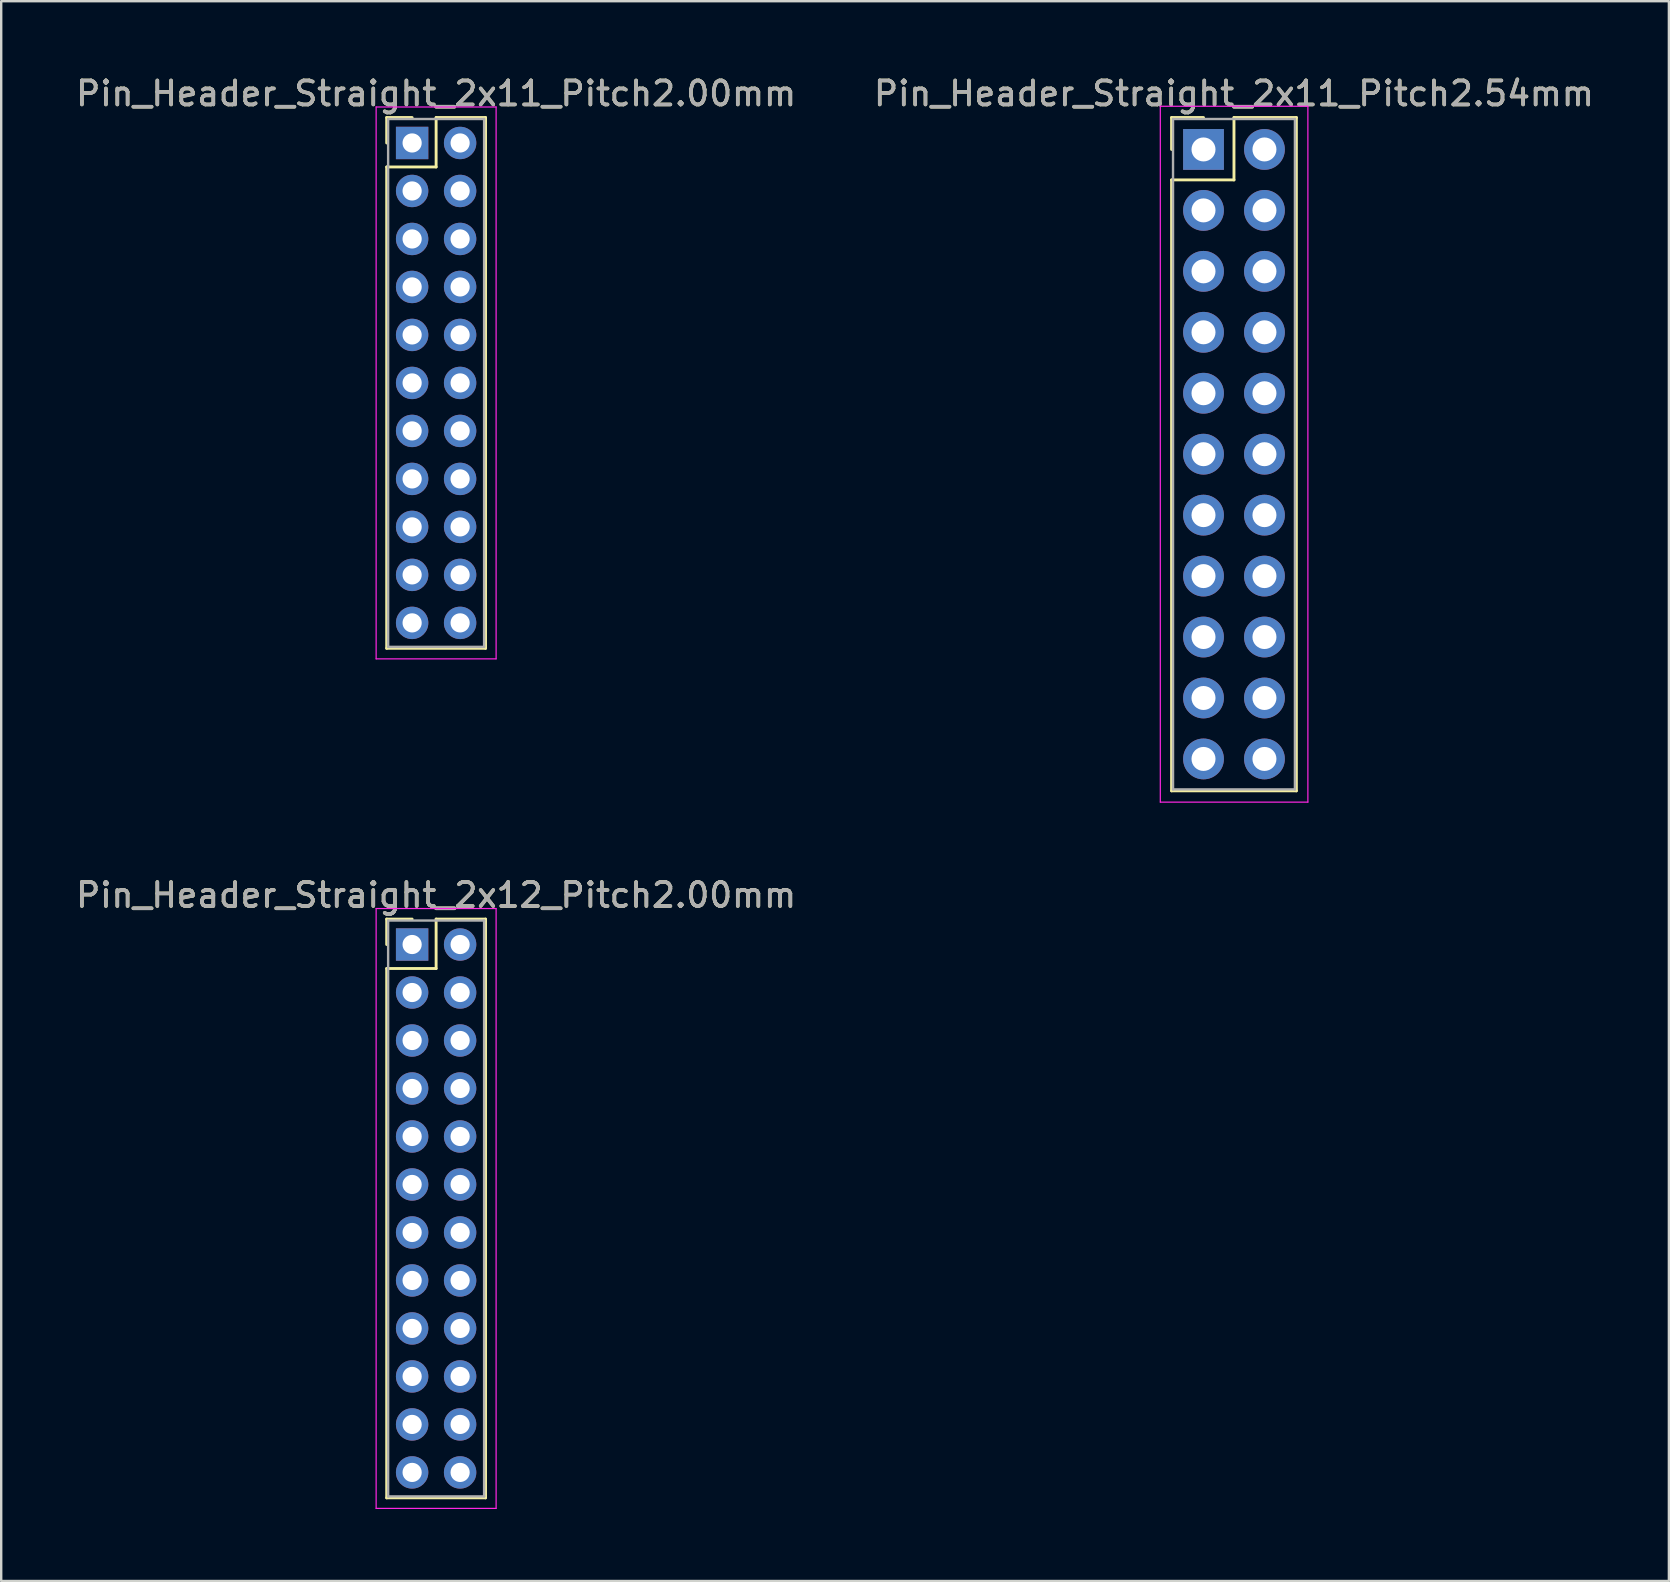
<source format=kicad_pcb>
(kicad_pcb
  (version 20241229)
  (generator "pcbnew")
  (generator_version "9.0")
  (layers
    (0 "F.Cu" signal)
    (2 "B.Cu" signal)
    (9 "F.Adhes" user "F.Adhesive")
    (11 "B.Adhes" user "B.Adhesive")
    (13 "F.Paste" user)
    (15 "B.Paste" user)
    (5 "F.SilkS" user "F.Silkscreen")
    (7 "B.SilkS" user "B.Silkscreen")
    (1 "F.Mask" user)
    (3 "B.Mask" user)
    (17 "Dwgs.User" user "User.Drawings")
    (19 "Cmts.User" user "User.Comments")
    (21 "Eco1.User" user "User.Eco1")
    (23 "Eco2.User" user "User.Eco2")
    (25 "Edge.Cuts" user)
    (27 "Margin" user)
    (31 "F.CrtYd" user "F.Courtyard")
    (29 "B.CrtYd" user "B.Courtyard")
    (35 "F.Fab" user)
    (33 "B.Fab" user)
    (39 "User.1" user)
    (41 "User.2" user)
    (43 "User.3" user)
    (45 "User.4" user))
  (footprint "Pin_Header_Straight_2x11_Pitch2.54mm"
    (layer "F.Cu")
    (at 47.105 3.178)
    (property "Reference" "Pin_Header_Straight_2x11_Pitch2.54mm" (at 1.27 -2.33 0) (layer "F.SilkS") (effects (font (size 1 1) (thickness 0.15))))
    (attr through_hole)
    (fp_line (start -1.33 -1.33) (end 0 -1.33) (stroke (width 0.12) (type solid)) (layer "F.SilkS"))
    (fp_line (start -1.33 0) (end -1.33 -1.33) (stroke (width 0.12) (type solid)) (layer "F.SilkS"))
    (fp_line (start -1.33 1.27) (end -1.33 26.73) (stroke (width 0.12) (type solid)) (layer "F.SilkS"))
    (fp_line (start -1.33 26.73) (end 3.87 26.73) (stroke (width 0.12) (type solid)) (layer "F.SilkS"))
    (fp_line (start 1.27 -1.33) (end 1.27 1.27) (stroke (width 0.12) (type solid)) (layer "F.SilkS"))
    (fp_line (start 1.27 1.27) (end -1.33 1.27) (stroke (width 0.12) (type solid)) (layer "F.SilkS"))
    (fp_line (start 3.87 -1.33) (end 1.27 -1.33) (stroke (width 0.12) (type solid)) (layer "F.SilkS"))
    (fp_line (start 3.87 26.73) (end 3.87 -1.33) (stroke (width 0.12) (type solid)) (layer "F.SilkS"))
    (fp_line (start -1.8 -1.8) (end -1.8 27.2) (stroke (width 0.05) (type solid)) (layer "F.CrtYd"))
    (fp_line (start -1.8 27.2) (end 4.35 27.2) (stroke (width 0.05) (type solid)) (layer "F.CrtYd"))
    (fp_line (start 4.35 -1.8) (end -1.8 -1.8) (stroke (width 0.05) (type solid)) (layer "F.CrtYd"))
    (fp_line (start 4.35 27.2) (end 4.35 -1.8) (stroke (width 0.05) (type solid)) (layer "F.CrtYd"))
    (fp_line (start -1.27 -1.27) (end -1.27 26.67) (stroke (width 0.1) (type solid)) (layer "F.Fab"))
    (fp_line (start -1.27 26.67) (end 3.81 26.67) (stroke (width 0.1) (type solid)) (layer "F.Fab"))
    (fp_line (start 3.81 -1.27) (end -1.27 -1.27) (stroke (width 0.1) (type solid)) (layer "F.Fab"))
    (fp_line (start 3.81 26.67) (end 3.81 -1.27) (stroke (width 0.1) (type solid)) (layer "F.Fab"))
    (fp_text user "${REFERENCE}" (at 1.27 -2.33 0) (layer "F.Fab") (effects (font (size 1 1) (thickness 0.15))))
    (pad "1" thru_hole rect (at 0 0) (size 1.7 1.7) (drill 1) (layers "*.Cu" "*.Mask"))
    (pad "2" thru_hole oval (at 2.54 0) (size 1.7 1.7) (drill 1) (layers "*.Cu" "*.Mask"))
    (pad "3" thru_hole oval (at 0 2.54) (size 1.7 1.7) (drill 1) (layers "*.Cu" "*.Mask"))
    (pad "4" thru_hole oval (at 2.54 2.54) (size 1.7 1.7) (drill 1) (layers "*.Cu" "*.Mask"))
    (pad "5" thru_hole oval (at 0 5.08) (size 1.7 1.7) (drill 1) (layers "*.Cu" "*.Mask"))
    (pad "6" thru_hole oval (at 2.54 5.08) (size 1.7 1.7) (drill 1) (layers "*.Cu" "*.Mask"))
    (pad "7" thru_hole oval (at 0 7.62) (size 1.7 1.7) (drill 1) (layers "*.Cu" "*.Mask"))
    (pad "8" thru_hole oval (at 2.54 7.62) (size 1.7 1.7) (drill 1) (layers "*.Cu" "*.Mask"))
    (pad "9" thru_hole oval (at 0 10.16) (size 1.7 1.7) (drill 1) (layers "*.Cu" "*.Mask"))
    (pad "10" thru_hole oval (at 2.54 10.16) (size 1.7 1.7) (drill 1) (layers "*.Cu" "*.Mask"))
    (pad "11" thru_hole oval (at 0 12.7) (size 1.7 1.7) (drill 1) (layers "*.Cu" "*.Mask"))
    (pad "12" thru_hole oval (at 2.54 12.7) (size 1.7 1.7) (drill 1) (layers "*.Cu" "*.Mask"))
    (pad "13" thru_hole oval (at 0 15.24) (size 1.7 1.7) (drill 1) (layers "*.Cu" "*.Mask"))
    (pad "14" thru_hole oval (at 2.54 15.24) (size 1.7 1.7) (drill 1) (layers "*.Cu" "*.Mask"))
    (pad "15" thru_hole oval (at 0 17.78) (size 1.7 1.7) (drill 1) (layers "*.Cu" "*.Mask"))
    (pad "16" thru_hole oval (at 2.54 17.78) (size 1.7 1.7) (drill 1) (layers "*.Cu" "*.Mask"))
    (pad "17" thru_hole oval (at 0 20.32) (size 1.7 1.7) (drill 1) (layers "*.Cu" "*.Mask"))
    (pad "18" thru_hole oval (at 2.54 20.32) (size 1.7 1.7) (drill 1) (layers "*.Cu" "*.Mask"))
    (pad "19" thru_hole oval (at 0 22.86) (size 1.7 1.7) (drill 1) (layers "*.Cu" "*.Mask"))
    (pad "20" thru_hole oval (at 2.54 22.86) (size 1.7 1.7) (drill 1) (layers "*.Cu" "*.Mask"))
    (pad "21" thru_hole oval (at 0 25.4) (size 1.7 1.7) (drill 1) (layers "*.Cu" "*.Mask"))
    (pad "22" thru_hole oval (at 2.54 25.4) (size 1.7 1.7) (drill 1) (layers "*.Cu" "*.Mask")))
  (footprint "Pin_Header_Straight_2x11_Pitch2.00mm"
    (layer "F.Cu")
    (at 14.125 2.908)
    (property "Reference" "Pin_Header_Straight_2x11_Pitch2.00mm" (at 1 -2.06 0) (layer "F.SilkS") (effects (font (size 1 1) (thickness 0.15))))
    (attr through_hole)
    (fp_line (start -1.06 -1.06) (end 0 -1.06) (stroke (width 0.12) (type solid)) (layer "F.SilkS"))
    (fp_line (start -1.06 0) (end -1.06 -1.06) (stroke (width 0.12) (type solid)) (layer "F.SilkS"))
    (fp_line (start -1.06 1) (end -1.06 21.06) (stroke (width 0.12) (type solid)) (layer "F.SilkS"))
    (fp_line (start -1.06 21.06) (end 3.06 21.06) (stroke (width 0.12) (type solid)) (layer "F.SilkS"))
    (fp_line (start 1 -1.06) (end 1 1) (stroke (width 0.12) (type solid)) (layer "F.SilkS"))
    (fp_line (start 1 1) (end -1.06 1) (stroke (width 0.12) (type solid)) (layer "F.SilkS"))
    (fp_line (start 3.06 -1.06) (end 1 -1.06) (stroke (width 0.12) (type solid)) (layer "F.SilkS"))
    (fp_line (start 3.06 21.06) (end 3.06 -1.06) (stroke (width 0.12) (type solid)) (layer "F.SilkS"))
    (fp_line (start -1.5 -1.5) (end -1.5 21.5) (stroke (width 0.05) (type solid)) (layer "F.CrtYd"))
    (fp_line (start -1.5 21.5) (end 3.5 21.5) (stroke (width 0.05) (type solid)) (layer "F.CrtYd"))
    (fp_line (start 3.5 -1.5) (end -1.5 -1.5) (stroke (width 0.05) (type solid)) (layer "F.CrtYd"))
    (fp_line (start 3.5 21.5) (end 3.5 -1.5) (stroke (width 0.05) (type solid)) (layer "F.CrtYd"))
    (fp_line (start -1 -1) (end -1 21) (stroke (width 0.1) (type solid)) (layer "F.Fab"))
    (fp_line (start -1 21) (end 3 21) (stroke (width 0.1) (type solid)) (layer "F.Fab"))
    (fp_line (start 3 -1) (end -1 -1) (stroke (width 0.1) (type solid)) (layer "F.Fab"))
    (fp_line (start 3 21) (end 3 -1) (stroke (width 0.1) (type solid)) (layer "F.Fab"))
    (fp_text user "${REFERENCE}" (at 1 -2.06 0) (layer "F.Fab") (effects (font (size 1 1) (thickness 0.15))))
    (pad "1" thru_hole rect (at 0 0) (size 1.35 1.35) (drill 0.8) (layers "*.Cu" "*.Mask"))
    (pad "2" thru_hole oval (at 2 0) (size 1.35 1.35) (drill 0.8) (layers "*.Cu" "*.Mask"))
    (pad "3" thru_hole oval (at 0 2) (size 1.35 1.35) (drill 0.8) (layers "*.Cu" "*.Mask"))
    (pad "4" thru_hole oval (at 2 2) (size 1.35 1.35) (drill 0.8) (layers "*.Cu" "*.Mask"))
    (pad "5" thru_hole oval (at 0 4) (size 1.35 1.35) (drill 0.8) (layers "*.Cu" "*.Mask"))
    (pad "6" thru_hole oval (at 2 4) (size 1.35 1.35) (drill 0.8) (layers "*.Cu" "*.Mask"))
    (pad "7" thru_hole oval (at 0 6) (size 1.35 1.35) (drill 0.8) (layers "*.Cu" "*.Mask"))
    (pad "8" thru_hole oval (at 2 6) (size 1.35 1.35) (drill 0.8) (layers "*.Cu" "*.Mask"))
    (pad "9" thru_hole oval (at 0 8) (size 1.35 1.35) (drill 0.8) (layers "*.Cu" "*.Mask"))
    (pad "10" thru_hole oval (at 2 8) (size 1.35 1.35) (drill 0.8) (layers "*.Cu" "*.Mask"))
    (pad "11" thru_hole oval (at 0 10) (size 1.35 1.35) (drill 0.8) (layers "*.Cu" "*.Mask"))
    (pad "12" thru_hole oval (at 2 10) (size 1.35 1.35) (drill 0.8) (layers "*.Cu" "*.Mask"))
    (pad "13" thru_hole oval (at 0 12) (size 1.35 1.35) (drill 0.8) (layers "*.Cu" "*.Mask"))
    (pad "14" thru_hole oval (at 2 12) (size 1.35 1.35) (drill 0.8) (layers "*.Cu" "*.Mask"))
    (pad "15" thru_hole oval (at 0 14) (size 1.35 1.35) (drill 0.8) (layers "*.Cu" "*.Mask"))
    (pad "16" thru_hole oval (at 2 14) (size 1.35 1.35) (drill 0.8) (layers "*.Cu" "*.Mask"))
    (pad "17" thru_hole oval (at 0 16) (size 1.35 1.35) (drill 0.8) (layers "*.Cu" "*.Mask"))
    (pad "18" thru_hole oval (at 2 16) (size 1.35 1.35) (drill 0.8) (layers "*.Cu" "*.Mask"))
    (pad "19" thru_hole oval (at 0 18) (size 1.35 1.35) (drill 0.8) (layers "*.Cu" "*.Mask"))
    (pad "20" thru_hole oval (at 2 18) (size 1.35 1.35) (drill 0.8) (layers "*.Cu" "*.Mask"))
    (pad "21" thru_hole oval (at 0 20) (size 1.35 1.35) (drill 0.8) (layers "*.Cu" "*.Mask"))
    (pad "22" thru_hole oval (at 2 20) (size 1.35 1.35) (drill 0.8) (layers "*.Cu" "*.Mask")))
  (footprint "Pin_Header_Straight_2x12_Pitch2.00mm"
    (layer "F.Cu")
    (at 14.125 36.312)
    (property "Reference" "Pin_Header_Straight_2x12_Pitch2.00mm" (at 1 -2.06 0) (layer "F.SilkS") (effects (font (size 1 1) (thickness 0.15))))
    (attr through_hole)
    (fp_line (start -1.06 -1.06) (end 0 -1.06) (stroke (width 0.12) (type solid)) (layer "F.SilkS"))
    (fp_line (start -1.06 0) (end -1.06 -1.06) (stroke (width 0.12) (type solid)) (layer "F.SilkS"))
    (fp_line (start -1.06 1) (end -1.06 23.06) (stroke (width 0.12) (type solid)) (layer "F.SilkS"))
    (fp_line (start -1.06 23.06) (end 3.06 23.06) (stroke (width 0.12) (type solid)) (layer "F.SilkS"))
    (fp_line (start 1 -1.06) (end 1 1) (stroke (width 0.12) (type solid)) (layer "F.SilkS"))
    (fp_line (start 1 1) (end -1.06 1) (stroke (width 0.12) (type solid)) (layer "F.SilkS"))
    (fp_line (start 3.06 -1.06) (end 1 -1.06) (stroke (width 0.12) (type solid)) (layer "F.SilkS"))
    (fp_line (start 3.06 23.06) (end 3.06 -1.06) (stroke (width 0.12) (type solid)) (layer "F.SilkS"))
    (fp_line (start -1.5 -1.5) (end -1.5 23.5) (stroke (width 0.05) (type solid)) (layer "F.CrtYd"))
    (fp_line (start -1.5 23.5) (end 3.5 23.5) (stroke (width 0.05) (type solid)) (layer "F.CrtYd"))
    (fp_line (start 3.5 -1.5) (end -1.5 -1.5) (stroke (width 0.05) (type solid)) (layer "F.CrtYd"))
    (fp_line (start 3.5 23.5) (end 3.5 -1.5) (stroke (width 0.05) (type solid)) (layer "F.CrtYd"))
    (fp_line (start -1 -1) (end -1 23) (stroke (width 0.1) (type solid)) (layer "F.Fab"))
    (fp_line (start -1 23) (end 3 23) (stroke (width 0.1) (type solid)) (layer "F.Fab"))
    (fp_line (start 3 -1) (end -1 -1) (stroke (width 0.1) (type solid)) (layer "F.Fab"))
    (fp_line (start 3 23) (end 3 -1) (stroke (width 0.1) (type solid)) (layer "F.Fab"))
    (fp_text user "${REFERENCE}" (at 1 -2.06 0) (layer "F.Fab") (effects (font (size 1 1) (thickness 0.15))))
    (pad "1" thru_hole rect (at 0 0) (size 1.35 1.35) (drill 0.8) (layers "*.Cu" "*.Mask"))
    (pad "2" thru_hole oval (at 2 0) (size 1.35 1.35) (drill 0.8) (layers "*.Cu" "*.Mask"))
    (pad "3" thru_hole oval (at 0 2) (size 1.35 1.35) (drill 0.8) (layers "*.Cu" "*.Mask"))
    (pad "4" thru_hole oval (at 2 2) (size 1.35 1.35) (drill 0.8) (layers "*.Cu" "*.Mask"))
    (pad "5" thru_hole oval (at 0 4) (size 1.35 1.35) (drill 0.8) (layers "*.Cu" "*.Mask"))
    (pad "6" thru_hole oval (at 2 4) (size 1.35 1.35) (drill 0.8) (layers "*.Cu" "*.Mask"))
    (pad "7" thru_hole oval (at 0 6) (size 1.35 1.35) (drill 0.8) (layers "*.Cu" "*.Mask"))
    (pad "8" thru_hole oval (at 2 6) (size 1.35 1.35) (drill 0.8) (layers "*.Cu" "*.Mask"))
    (pad "9" thru_hole oval (at 0 8) (size 1.35 1.35) (drill 0.8) (layers "*.Cu" "*.Mask"))
    (pad "10" thru_hole oval (at 2 8) (size 1.35 1.35) (drill 0.8) (layers "*.Cu" "*.Mask"))
    (pad "11" thru_hole oval (at 0 10) (size 1.35 1.35) (drill 0.8) (layers "*.Cu" "*.Mask"))
    (pad "12" thru_hole oval (at 2 10) (size 1.35 1.35) (drill 0.8) (layers "*.Cu" "*.Mask"))
    (pad "13" thru_hole oval (at 0 12) (size 1.35 1.35) (drill 0.8) (layers "*.Cu" "*.Mask"))
    (pad "14" thru_hole oval (at 2 12) (size 1.35 1.35) (drill 0.8) (layers "*.Cu" "*.Mask"))
    (pad "15" thru_hole oval (at 0 14) (size 1.35 1.35) (drill 0.8) (layers "*.Cu" "*.Mask"))
    (pad "16" thru_hole oval (at 2 14) (size 1.35 1.35) (drill 0.8) (layers "*.Cu" "*.Mask"))
    (pad "17" thru_hole oval (at 0 16) (size 1.35 1.35) (drill 0.8) (layers "*.Cu" "*.Mask"))
    (pad "18" thru_hole oval (at 2 16) (size 1.35 1.35) (drill 0.8) (layers "*.Cu" "*.Mask"))
    (pad "19" thru_hole oval (at 0 18) (size 1.35 1.35) (drill 0.8) (layers "*.Cu" "*.Mask"))
    (pad "20" thru_hole oval (at 2 18) (size 1.35 1.35) (drill 0.8) (layers "*.Cu" "*.Mask"))
    (pad "21" thru_hole oval (at 0 20) (size 1.35 1.35) (drill 0.8) (layers "*.Cu" "*.Mask"))
    (pad "22" thru_hole oval (at 2 20) (size 1.35 1.35) (drill 0.8) (layers "*.Cu" "*.Mask"))
    (pad "23" thru_hole oval (at 0 22) (size 1.35 1.35) (drill 0.8) (layers "*.Cu" "*.Mask"))
    (pad "24" thru_hole oval (at 2 22) (size 1.35 1.35) (drill 0.8) (layers "*.Cu" "*.Mask")))
  (gr_rect
    (start -3 -3)
    (end 66.5 62.837)
    (stroke (width 0.1) (type default))
    (fill no)
    (layer "Edge.Cuts")))
</source>
